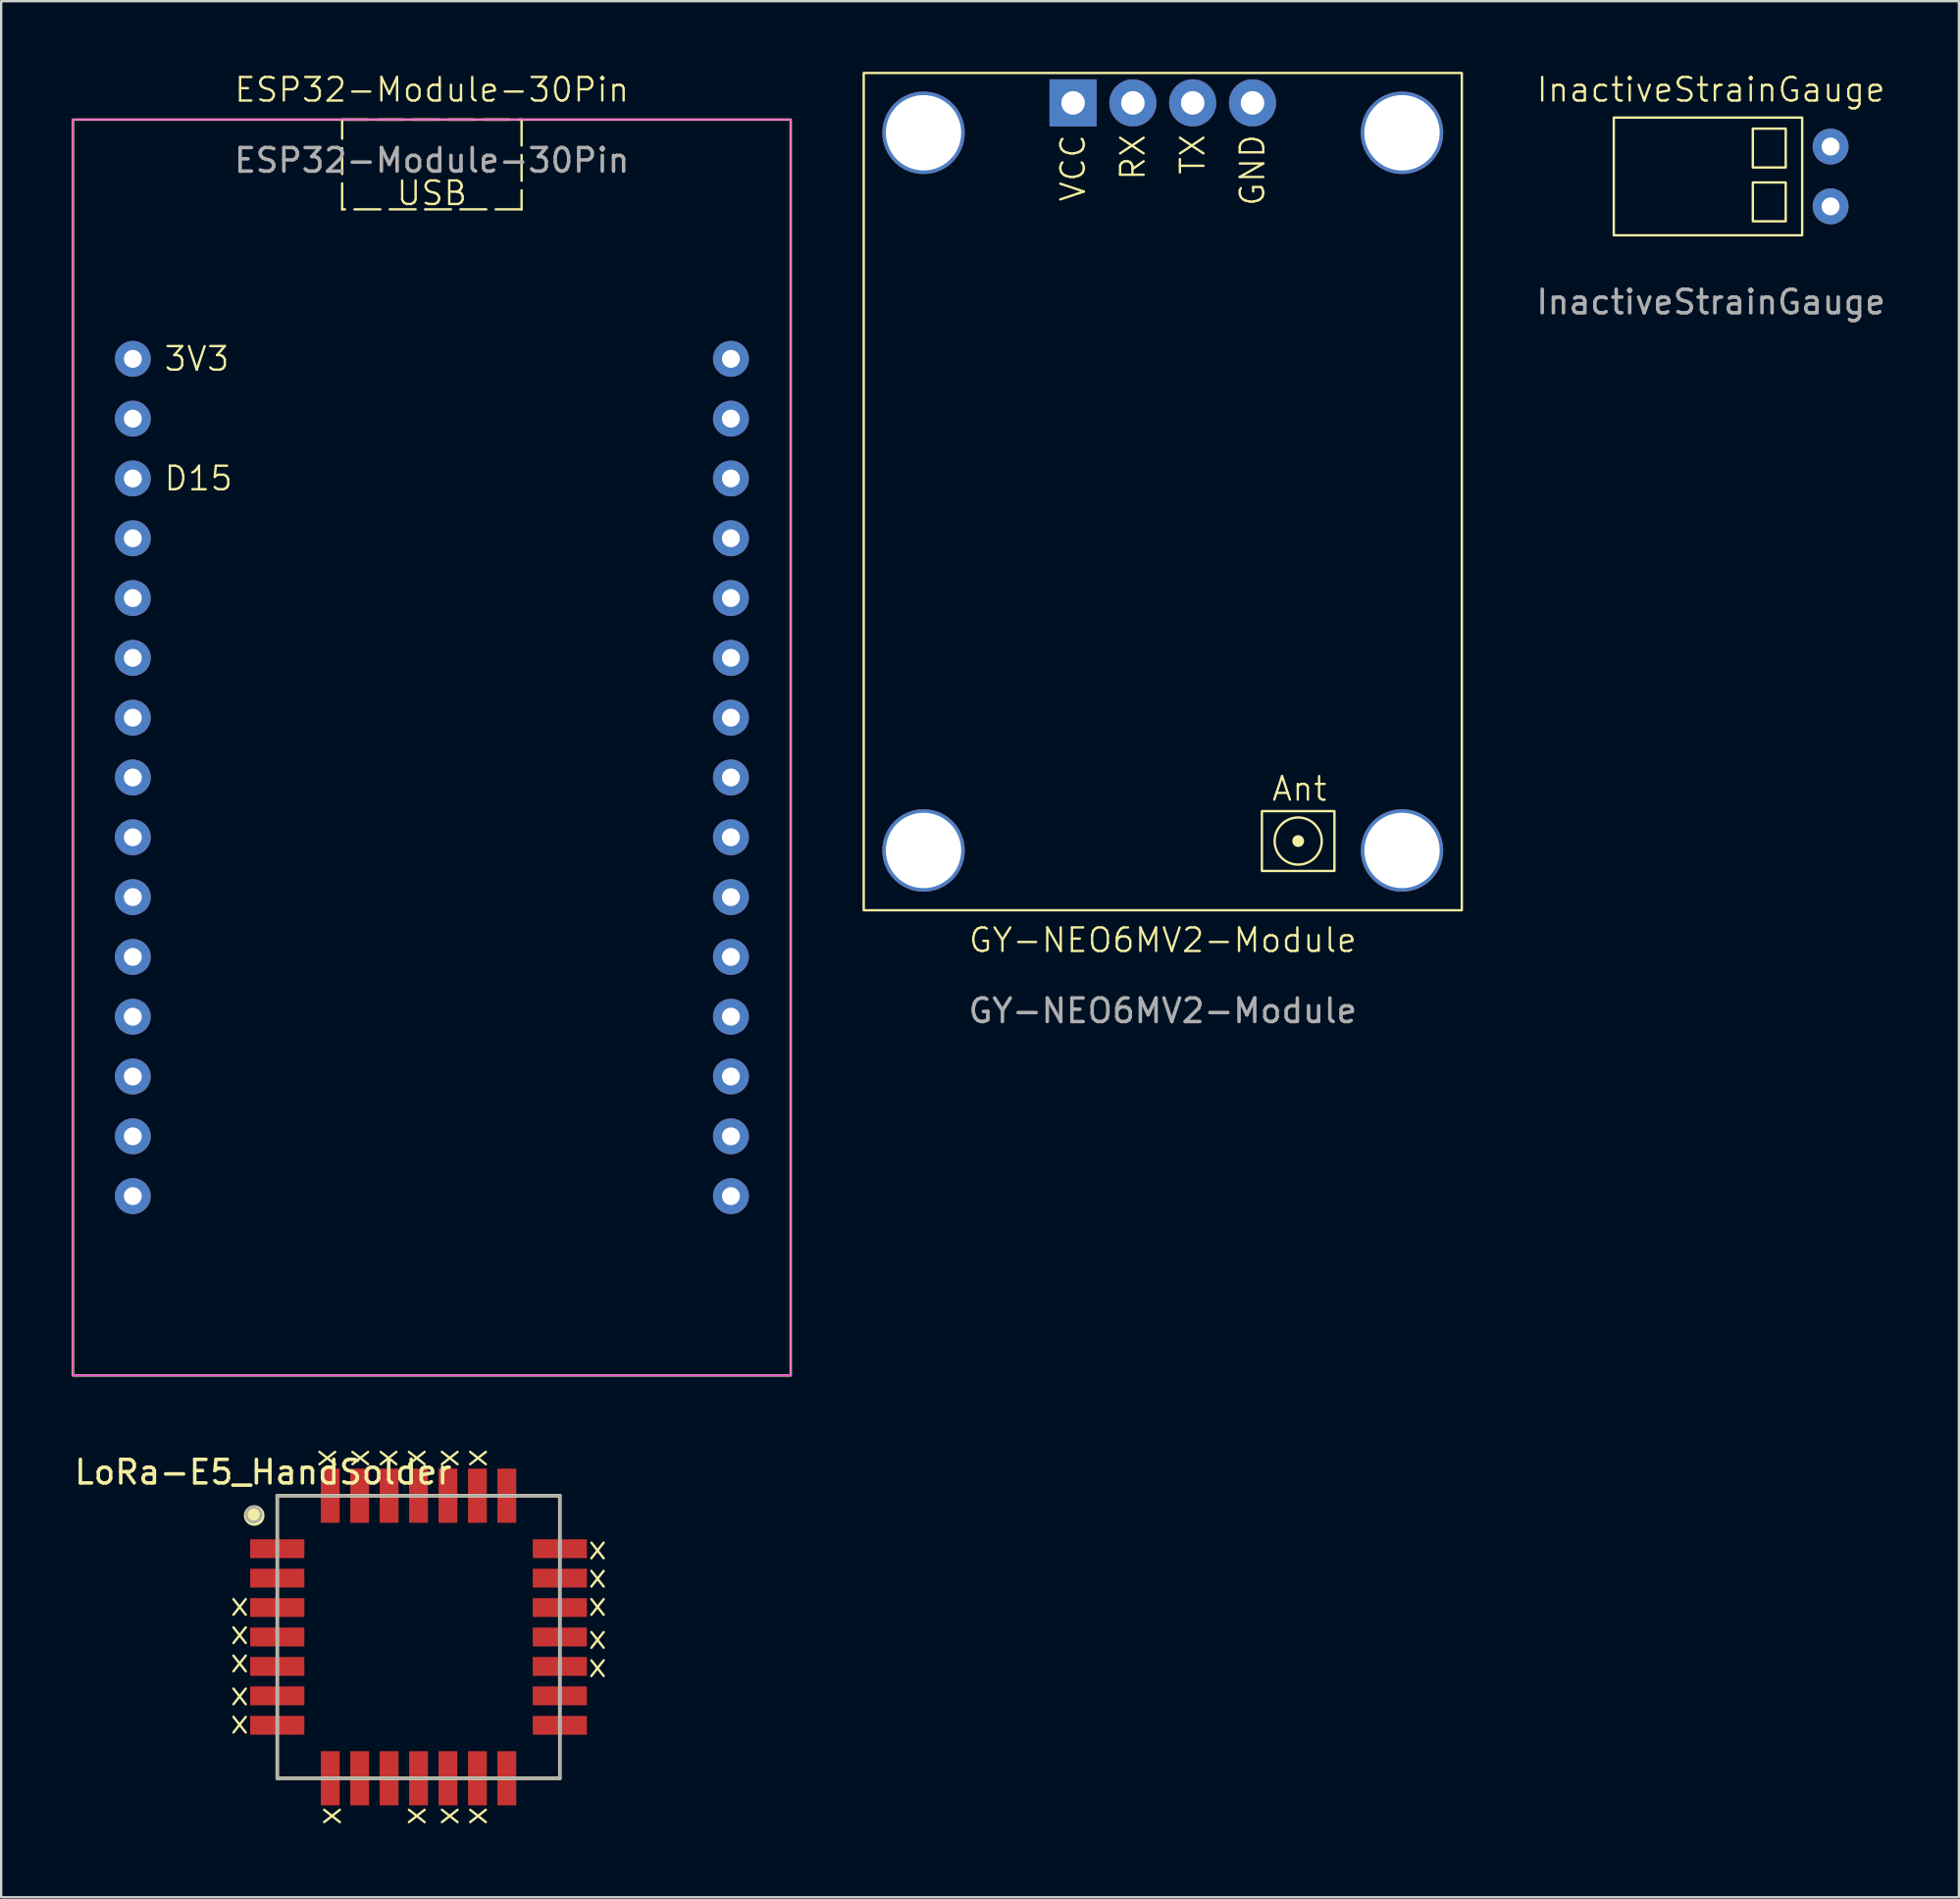
<source format=kicad_pcb>
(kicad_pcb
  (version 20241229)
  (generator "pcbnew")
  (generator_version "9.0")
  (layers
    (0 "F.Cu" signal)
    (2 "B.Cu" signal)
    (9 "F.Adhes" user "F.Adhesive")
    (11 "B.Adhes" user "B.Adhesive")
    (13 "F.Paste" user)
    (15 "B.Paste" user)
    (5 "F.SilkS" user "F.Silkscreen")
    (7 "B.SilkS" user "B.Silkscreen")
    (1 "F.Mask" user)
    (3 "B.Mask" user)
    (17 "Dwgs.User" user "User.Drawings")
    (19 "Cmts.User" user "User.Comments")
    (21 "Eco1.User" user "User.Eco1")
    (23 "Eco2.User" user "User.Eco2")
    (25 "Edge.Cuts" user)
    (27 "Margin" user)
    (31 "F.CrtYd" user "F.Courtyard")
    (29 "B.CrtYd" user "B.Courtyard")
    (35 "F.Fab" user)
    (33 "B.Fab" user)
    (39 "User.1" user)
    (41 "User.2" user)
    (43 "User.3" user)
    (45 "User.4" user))
  (footprint "GY-NEO6MV2-Module"
    (layer "F.Cu")
    (at 46.33 17.83)
    (property "Reference" "GY-NEO6MV2-Module" (at 0 19.05 0) (unlocked yes) (layer "F.SilkS") (effects (font (size 1 1) (thickness 0.1))))
    (attr through_hole)
    (fp_rect (start -12.7 -17.78) (end 12.7 17.78) (stroke (width 0.1) (type default)) (fill no) (layer "F.SilkS"))
    (fp_rect (start 4.21 13.57) (end 7.29 16.11) (stroke (width 0.1) (type solid)) (fill no) (layer "F.SilkS"))
    (fp_circle (center 5.75 14.84) (end 5.95 14.84) (stroke (width 0.1) (type solid)) (fill yes) (layer "F.SilkS"))
    (fp_circle (center 5.75 14.84) (end 6.75 14.84) (stroke (width 0.1) (type default)) (fill no) (layer "F.SilkS"))
    (fp_text user "RX" (at -1.27 -15.24 90) (unlocked yes) (layer "F.SilkS") (effects (font (size 1 1) (thickness 0.1)) (justify right)))
    (fp_text user "GND" (at 3.81 -15.24 90) (unlocked yes) (layer "F.SilkS") (effects (font (size 1 1) (thickness 0.1)) (justify right)))
    (fp_text user "VCC" (at -3.81 -15.24 90) (unlocked yes) (layer "F.SilkS") (effects (font (size 1 1) (thickness 0.1)) (justify right)))
    (fp_text user "TX" (at 1.27 -15.24 90) (unlocked yes) (layer "F.SilkS") (effects (font (size 1 1) (thickness 0.1)) (justify right)))
    (fp_text user "Ant" (at 4.572 13.208 0) (unlocked yes) (layer "F.SilkS") (effects (font (size 1 1) (thickness 0.1)) (justify left bottom)))
    (fp_text user "${REFERENCE}" (at 0 22.05 0) (unlocked yes) (layer "F.Fab") (effects (font (size 1 1) (thickness 0.15))))
    (pad "" np_thru_hole circle (at -10.16 -15.24) (size 3.5 3.5) (drill 3.2) (layers "*.Cu" "*.Mask"))
    (pad "" np_thru_hole circle (at -10.16 15.24) (size 3.5 3.5) (drill 3.2) (layers "*.Cu" "*.Mask"))
    (pad "" np_thru_hole circle (at 10.16 -15.24) (size 3.5 3.5) (drill 3.2) (layers "*.Cu" "*.Mask"))
    (pad "" np_thru_hole circle (at 10.16 15.24) (size 3.5 3.5) (drill 3.2) (layers "*.Cu" "*.Mask"))
    (pad "1" thru_hole rect (at -3.81 -16.51) (size 2 2) (drill 1) (layers "*.Cu" "*.Mask"))
    (pad "2" thru_hole circle (at -1.27 -16.51) (size 2 2) (drill 1) (layers "*.Cu" "*.Mask"))
    (pad "3" thru_hole circle (at 1.27 -16.51) (size 2 2) (drill 1) (layers "*.Cu" "*.Mask"))
    (pad "4" thru_hole circle (at 3.81 -16.51) (size 2 2) (drill 1) (layers "*.Cu" "*.Mask")))
  (footprint "ESP32-Module-30Pin"
    (layer "F.Cu")
    (at 15.29 29.971)
    (property "Reference" "ESP32-Module-30Pin" (at 0 -29.21 0) (unlocked yes) (layer "F.SilkS") (effects (font (size 1 1) (thickness 0.1))))
    (attr through_hole)
    (fp_rect (start -3.81 -27.94) (end 3.81 -24.13) (stroke (width 0.1) (type dash)) (fill no) (layer "F.SilkS"))
    (fp_rect (start 15.24 25.4) (end -15.24 -27.94) (stroke (width 0.1) (type default)) (fill no) (layer "F.SilkS"))
    (fp_rect (start -15.24 -27.94) (end 15.24 25.4) (stroke (width 0.05) (type default)) (fill no) (layer "F.CrtYd"))
    (fp_text user "3V3" (at -11.43 -17.78 0) (unlocked yes) (layer "F.SilkS") (effects (font (size 1 1) (thickness 0.1)) (justify left)))
    (fp_text user "D15" (at -11.43 -12.7 0) (unlocked yes) (layer "F.SilkS") (effects (font (size 1 1) (thickness 0.1)) (justify left)))
    (fp_text user "USB" (at 0 -25.4 0) (unlocked yes) (layer "F.SilkS") (effects (font (size 1 1) (thickness 0.1)) (justify top)))
    (fp_text user "${REFERENCE}" (at 0 -26.21 0) (unlocked yes) (layer "F.Fab") (effects (font (size 1 1) (thickness 0.15))))
    (pad "1" thru_hole circle (at -12.7 -17.78) (size 1.524 1.524) (drill 0.762) (layers "*.Cu" "*.Mask"))
    (pad "2" thru_hole circle (at -12.7 -15.24) (size 1.524 1.524) (drill 0.762) (layers "*.Cu" "*.Mask"))
    (pad "3" thru_hole circle (at -12.7 -12.7) (size 1.524 1.524) (drill 0.762) (layers "*.Cu" "*.Mask"))
    (pad "4" thru_hole circle (at -12.7 -10.16) (size 1.524 1.524) (drill 0.762) (layers "*.Cu" "*.Mask"))
    (pad "5" thru_hole circle (at -12.7 -7.62) (size 1.524 1.524) (drill 0.762) (layers "*.Cu" "*.Mask"))
    (pad "6" thru_hole circle (at -12.7 -5.08) (size 1.524 1.524) (drill 0.762) (layers "*.Cu" "*.Mask"))
    (pad "7" thru_hole circle (at -12.7 -2.54) (size 1.524 1.524) (drill 0.762) (layers "*.Cu" "*.Mask"))
    (pad "8" thru_hole circle (at -12.7 0) (size 1.524 1.524) (drill 0.762) (layers "*.Cu" "*.Mask"))
    (pad "9" thru_hole circle (at -12.7 2.54) (size 1.524 1.524) (drill 0.762) (layers "*.Cu" "*.Mask"))
    (pad "10" thru_hole circle (at -12.7 5.08) (size 1.524 1.524) (drill 0.762) (layers "*.Cu" "*.Mask"))
    (pad "11" thru_hole circle (at -12.7 7.62) (size 1.524 1.524) (drill 0.762) (layers "*.Cu" "*.Mask"))
    (pad "12" thru_hole circle (at -12.7 10.16) (size 1.524 1.524) (drill 0.762) (layers "*.Cu" "*.Mask"))
    (pad "13" thru_hole circle (at -12.7 12.7) (size 1.524 1.524) (drill 0.762) (layers "*.Cu" "*.Mask"))
    (pad "14" thru_hole circle (at -12.7 15.24) (size 1.524 1.524) (drill 0.762) (layers "*.Cu" "*.Mask"))
    (pad "15" thru_hole circle (at -12.7 17.78) (size 1.524 1.524) (drill 0.762) (layers "*.Cu" "*.Mask"))
    (pad "16" thru_hole circle (at 12.7 17.78) (size 1.524 1.524) (drill 0.762) (layers "*.Cu" "*.Mask"))
    (pad "17" thru_hole circle (at 12.7 15.24) (size 1.524 1.524) (drill 0.762) (layers "*.Cu" "*.Mask"))
    (pad "18" thru_hole circle (at 12.7 12.7) (size 1.524 1.524) (drill 0.762) (layers "*.Cu" "*.Mask"))
    (pad "19" thru_hole circle (at 12.7 10.16) (size 1.524 1.524) (drill 0.762) (layers "*.Cu" "*.Mask"))
    (pad "20" thru_hole circle (at 12.7 7.62) (size 1.524 1.524) (drill 0.762) (layers "*.Cu" "*.Mask"))
    (pad "21" thru_hole circle (at 12.7 5.08) (size 1.524 1.524) (drill 0.762) (layers "*.Cu" "*.Mask"))
    (pad "22" thru_hole circle (at 12.7 2.54) (size 1.524 1.524) (drill 0.762) (layers "*.Cu" "*.Mask"))
    (pad "23" thru_hole circle (at 12.7 0) (size 1.524 1.524) (drill 0.762) (layers "*.Cu" "*.Mask"))
    (pad "24" thru_hole circle (at 12.7 -2.54) (size 1.524 1.524) (drill 0.762) (layers "*.Cu" "*.Mask"))
    (pad "25" thru_hole circle (at 12.7 -5.08) (size 1.524 1.524) (drill 0.762) (layers "*.Cu" "*.Mask"))
    (pad "26" thru_hole circle (at 12.7 -7.62) (size 1.524 1.524) (drill 0.762) (layers "*.Cu" "*.Mask"))
    (pad "27" thru_hole circle (at 12.7 -10.16) (size 1.524 1.524) (drill 0.762) (layers "*.Cu" "*.Mask"))
    (pad "28" thru_hole circle (at 12.7 -12.7) (size 1.524 1.524) (drill 0.762) (layers "*.Cu" "*.Mask"))
    (pad "29" thru_hole circle (at 12.7 -15.24) (size 1.524 1.524) (drill 0.762) (layers "*.Cu" "*.Mask"))
    (pad "30" thru_hole circle (at 12.7 -17.78) (size 1.524 1.524) (drill 0.762) (layers "*.Cu" "*.Mask")))
  (footprint "InactiveStrainGauge"
    (layer "F.Cu")
    (at 69.483 4.444)
    (property "Reference" "InactiveStrainGauge" (at 0.127 -3.683 0) (unlocked yes) (layer "F.SilkS") (effects (font (size 1 1) (thickness 0.1))))
    (attr through_hole)
    (fp_rect (start -4 -2.5) (end 4 2.5) (stroke (width 0.1) (type default)) (fill no) (layer "F.SilkS"))
    (fp_rect (start 1.905 -2.032) (end 3.302 -0.381) (stroke (width 0.1) (type default)) (fill no) (layer "F.SilkS"))
    (fp_rect (start 1.905 0.254) (end 3.302 1.905) (stroke (width 0.1) (type default)) (fill no) (layer "F.SilkS"))
    (fp_text user "${REFERENCE}" (at 0.127 5.334 0) (unlocked yes) (layer "F.Fab") (effects (font (size 1 1) (thickness 0.15))))
    (pad "1" thru_hole circle (at 5.207 -1.27) (size 1.524 1.524) (drill 0.762) (layers "*.Cu" "*.Mask"))
    (pad "2" thru_hole circle (at 5.207 1.27) (size 1.524 1.524) (drill 0.762) (layers "*.Cu" "*.Mask")))
  (footprint "LoRa-E5_HandSolder"
    (layer "F.Cu")
    (at 14.725 66.475)
    (property "Reference" "LoRa-E5_HandSolder" (at -6.6 -7 0) (layer "F.SilkS") (effects (font (size 1 1) (thickness 0.15))))
    (attr through_hole)
    (fp_line (start -6 -6) (end 6 -6) (stroke (width 0.15) (type solid)) (layer "F.SilkS"))
    (fp_line (start -6 6) (end -6 -6) (stroke (width 0.15) (type solid)) (layer "F.SilkS"))
    (fp_line (start 6 -6) (end 6 6) (stroke (width 0.15) (type solid)) (layer "F.SilkS"))
    (fp_line (start 6 6) (end -6 6) (stroke (width 0.15) (type solid)) (layer "F.SilkS"))
    (fp_circle (center -6.98 -5.16) (end -6.618 -5.16) (stroke (width 0.15) (type solid)) (fill yes) (layer "F.SilkS"))
    (fp_line (start -6 -6) (end 6 -6) (stroke (width 0.12) (type solid)) (layer "F.Fab"))
    (fp_line (start -6 6) (end -6 -6) (stroke (width 0.12) (type solid)) (layer "F.Fab"))
    (fp_line (start 6 -6) (end 6 6) (stroke (width 0.12) (type solid)) (layer "F.Fab"))
    (fp_line (start 6 6) (end -6 6) (stroke (width 0.12) (type solid)) (layer "F.Fab"))
    (fp_circle (center -7 -5.2) (end -6.7 -5.1) (stroke (width 0.12) (type solid)) (fill no) (layer "F.Fab"))
    (fp_text user "x" (at -7.6 -1.4 0) (unlocked yes) (layer "F.SilkS") (effects (font (size 1 1) (thickness 0.1))))
    (fp_text user "x" (at 7.6 1.2 0) (unlocked yes) (layer "F.SilkS") (effects (font (size 1 1) (thickness 0.1))))
    (fp_text user "x" (at -7.6 -0.2 0) (unlocked yes) (layer "F.SilkS") (effects (font (size 1 1) (thickness 0.1))))
    (fp_text user "x" (at 2.4 7.6 90) (unlocked yes) (layer "F.SilkS") (effects (font (size 1 1) (thickness 0.1))))
    (fp_text user "x" (at -7.6 3.6 0) (unlocked yes) (layer "F.SilkS") (effects (font (size 1 1) (thickness 0.1))))
    (fp_text user "x" (at -4 -7.6 90) (unlocked yes) (layer "F.SilkS") (effects (font (size 1 1) (thickness 0.1))))
    (fp_text user "x" (at 7.6 -2.6 0) (unlocked yes) (layer "F.SilkS") (effects (font (size 1 1) (thickness 0.1))))
    (fp_text user "x" (at 1.2 7.6 90) (unlocked yes) (layer "F.SilkS") (effects (font (size 1 1) (thickness 0.1))))
    (fp_text user "x" (at 7.6 -1.4 0) (unlocked yes) (layer "F.SilkS") (effects (font (size 1 1) (thickness 0.1))))
    (fp_text user "x" (at -7.6 1 0) (unlocked yes) (layer "F.SilkS") (effects (font (size 1 1) (thickness 0.1))))
    (fp_text user "x" (at 2.4 -7.6 90) (unlocked yes) (layer "F.SilkS") (effects (font (size 1 1) (thickness 0.1))))
    (fp_text user "x" (at -2.6 -7.6 90) (unlocked yes) (layer "F.SilkS") (effects (font (size 1 1) (thickness 0.1))))
    (fp_text user "x" (at 7.6 -3.8 0) (unlocked yes) (layer "F.SilkS") (effects (font (size 1 1) (thickness 0.1))))
    (fp_text user "x" (at -7.6 2.4 0) (unlocked yes) (layer "F.SilkS") (effects (font (size 1 1) (thickness 0.1))))
    (fp_text user "x" (at -0.2 -7.6 90) (unlocked yes) (layer "F.SilkS") (effects (font (size 1 1) (thickness 0.1))))
    (fp_text user "x" (at 7.6 0 0) (unlocked yes) (layer "F.SilkS") (effects (font (size 1 1) (thickness 0.1))))
    (fp_text user "x" (at -3.8 7.6 90) (unlocked yes) (layer "F.SilkS") (effects (font (size 1 1) (thickness 0.1))))
    (fp_text user "x" (at -0.2 7.6 90) (unlocked yes) (layer "F.SilkS") (effects (font (size 1 1) (thickness 0.1))))
    (fp_text user "x" (at 1.2 -7.6 90) (unlocked yes) (layer "F.SilkS") (effects (font (size 1 1) (thickness 0.1))))
    (fp_text user "x" (at -1.4 -7.6 90) (unlocked yes) (layer "F.SilkS") (effects (font (size 1 1) (thickness 0.1))))
    (pad "1" smd rect (at -6 -3.75 270) (size 0.8 2.3) (layers "F.Cu" "F.Mask" "F.Paste"))
    (pad "2" smd rect (at -6 -2.5 270) (size 0.8 2.3) (layers "F.Cu" "F.Mask" "F.Paste"))
    (pad "3" smd rect (at -6 -1.25 270) (size 0.8 2.3) (layers "F.Cu" "F.Mask" "F.Paste"))
    (pad "4" smd rect (at -6 0 270) (size 0.8 2.3) (layers "F.Cu" "F.Mask" "F.Paste"))
    (pad "5" smd rect (at -6 1.25 270) (size 0.8 2.3) (layers "F.Cu" "F.Mask" "F.Paste"))
    (pad "6" smd rect (at -6 2.5 270) (size 0.8 2.3) (layers "F.Cu" "F.Mask" "F.Paste"))
    (pad "7" smd rect (at -6 3.75 270) (size 0.8 2.3) (layers "F.Cu" "F.Mask" "F.Paste"))
    (pad "8" smd rect (at -3.75 6) (size 0.8 2.3) (layers "F.Cu" "F.Mask" "F.Paste"))
    (pad "9" smd rect (at -2.5 6) (size 0.8 2.3) (layers "F.Cu" "F.Mask" "F.Paste"))
    (pad "10" smd rect (at -1.25 6) (size 0.8 2.3) (layers "F.Cu" "F.Mask" "F.Paste"))
    (pad "11" smd rect (at 0 6) (size 0.8 2.3) (layers "F.Cu" "F.Mask" "F.Paste"))
    (pad "12" smd rect (at 1.25 6) (size 0.8 2.3) (layers "F.Cu" "F.Mask" "F.Paste"))
    (pad "13" smd rect (at 2.5 6) (size 0.8 2.3) (layers "F.Cu" "F.Mask" "F.Paste"))
    (pad "14" smd rect (at 3.75 6) (size 0.8 2.3) (layers "F.Cu" "F.Mask" "F.Paste"))
    (pad "15" smd rect (at 6 3.75 270) (size 0.8 2.3) (layers "F.Cu" "F.Mask" "F.Paste"))
    (pad "16" smd rect (at 6 2.5 270) (size 0.8 2.3) (layers "F.Cu" "F.Mask" "F.Paste"))
    (pad "17" smd rect (at 6 1.25 270) (size 0.8 2.3) (layers "F.Cu" "F.Mask" "F.Paste"))
    (pad "18" smd rect (at 6 0 270) (size 0.8 2.3) (layers "F.Cu" "F.Mask" "F.Paste"))
    (pad "19" smd rect (at 6 -1.25 270) (size 0.8 2.3) (layers "F.Cu" "F.Mask" "F.Paste"))
    (pad "20" smd rect (at 6 -2.5 270) (size 0.8 2.3) (layers "F.Cu" "F.Mask" "F.Paste"))
    (pad "21" smd rect (at 6 -3.75 270) (size 0.8 2.3) (layers "F.Cu" "F.Mask" "F.Paste"))
    (pad "22" smd rect (at 3.75 -6) (size 0.8 2.3) (layers "F.Cu" "F.Mask" "F.Paste"))
    (pad "23" smd rect (at 2.5 -6) (size 0.8 2.3) (layers "F.Cu" "F.Mask" "F.Paste"))
    (pad "24" smd rect (at 1.25 -6) (size 0.8 2.3) (layers "F.Cu" "F.Mask" "F.Paste"))
    (pad "25" smd rect (at 0 -6) (size 0.8 2.3) (layers "F.Cu" "F.Mask" "F.Paste"))
    (pad "26" smd rect (at -1.25 -6) (size 0.8 2.3) (layers "F.Cu" "F.Mask" "F.Paste"))
    (pad "27" smd rect (at -2.5 -6) (size 0.8 2.3) (layers "F.Cu" "F.Mask" "F.Paste"))
    (pad "28" smd rect (at -3.75 -6) (size 0.8 2.3) (layers "F.Cu" "F.Mask" "F.Paste")))
  (gr_rect
    (start -3 -3)
    (end 80.14 77.53)
    (stroke (width 0.1) (type default))
    (fill no)
    (layer "Edge.Cuts")))
</source>
